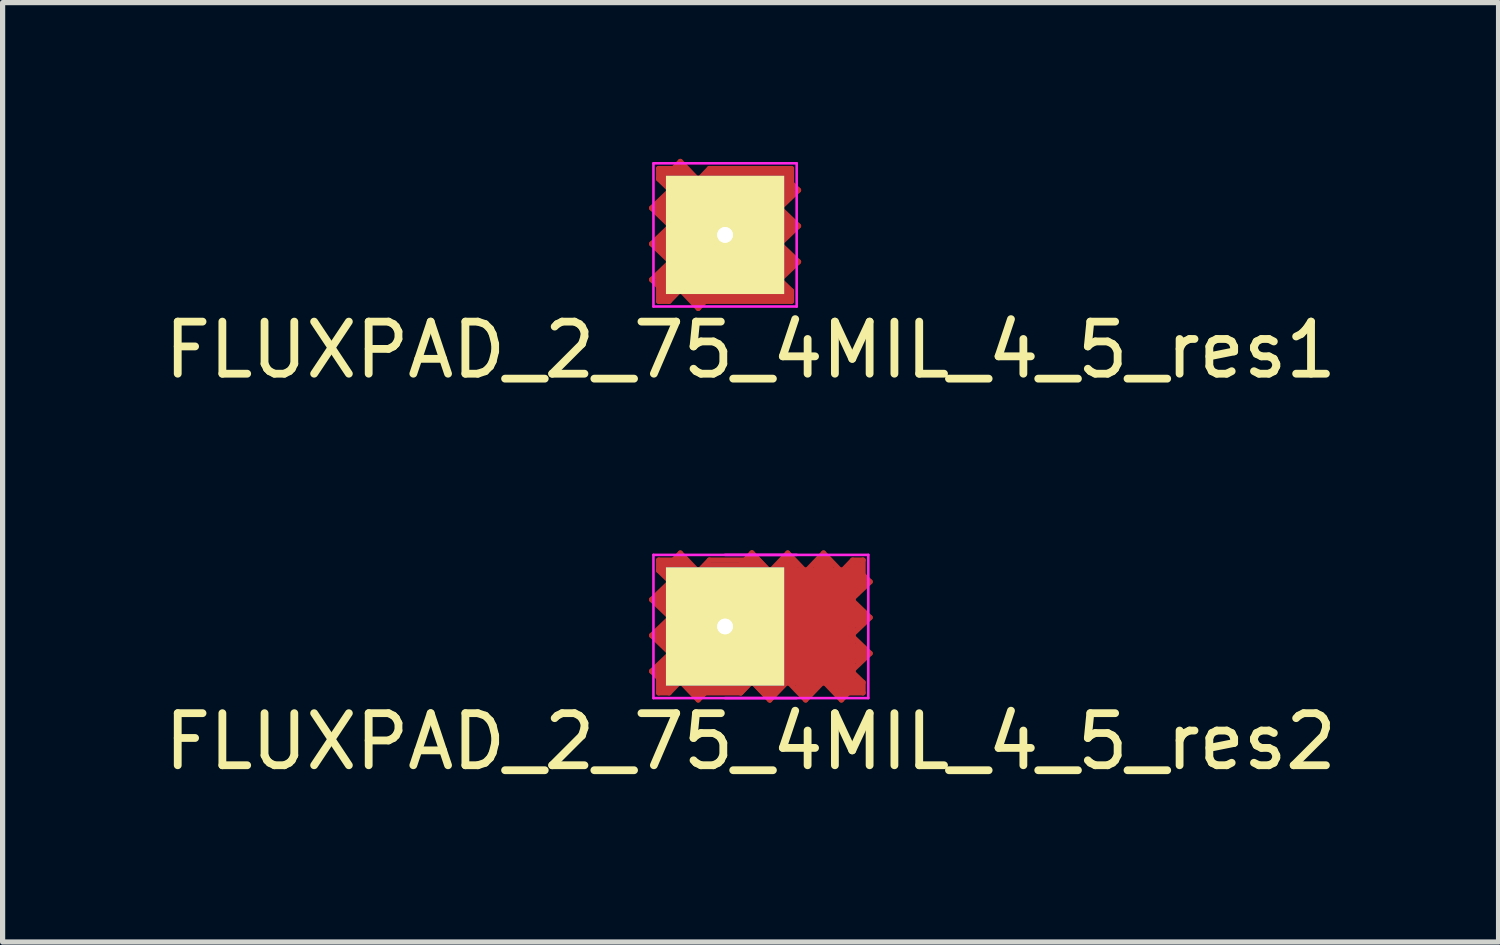
<source format=kicad_pcb>
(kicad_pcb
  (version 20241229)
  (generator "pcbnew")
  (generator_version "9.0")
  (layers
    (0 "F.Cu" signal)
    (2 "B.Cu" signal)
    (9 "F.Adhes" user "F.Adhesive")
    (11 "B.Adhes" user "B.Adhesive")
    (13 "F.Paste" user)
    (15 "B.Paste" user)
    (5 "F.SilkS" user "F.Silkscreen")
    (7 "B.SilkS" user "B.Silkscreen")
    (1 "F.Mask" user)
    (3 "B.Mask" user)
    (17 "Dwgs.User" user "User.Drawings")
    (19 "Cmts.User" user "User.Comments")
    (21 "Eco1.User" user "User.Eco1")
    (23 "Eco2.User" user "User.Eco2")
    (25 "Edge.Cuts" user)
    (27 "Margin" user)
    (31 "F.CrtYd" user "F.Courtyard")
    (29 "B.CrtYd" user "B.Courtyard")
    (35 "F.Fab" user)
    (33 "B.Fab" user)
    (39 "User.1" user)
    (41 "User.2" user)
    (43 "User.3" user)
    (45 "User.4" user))
  (footprint "FLUXPAD_2_75_4MIL_4_5_res1"
    (layer "F.Cu")
    (at 10.873 1.461)
    (property "Reference" "FLUXPAD_2_75_4MIL_4_5_res1" (at 0.49 2.21 0) (layer "F.SilkS") (effects (font (size 1 1) (thickness 0.15))))
    (attr through_hole)
    (fp_line (start -1.411 -0.516) (end -1.051 -0.859) (stroke (width 0.1) (type solid)) (layer "F.Cu"))
    (fp_line (start -1.411 0.172) (end -1.051 -0.172) (stroke (width 0.1) (type solid)) (layer "F.Cu"))
    (fp_line (start -1.411 0.859) (end -1.275 0.989) (stroke (width 0.1) (type solid)) (layer "F.Cu"))
    (fp_line (start -1.411 0.859) (end -1.051 0.516) (stroke (width 0.1) (type solid)) (layer "F.Cu"))
    (fp_line (start -1.3 -0.52) (end -1.17 -0.64) (stroke (width 0.15) (type solid)) (layer "F.Cu"))
    (fp_line (start -1.29 0.17) (end -1.16 0.05) (stroke (width 0.15) (type solid)) (layer "F.Cu"))
    (fp_line (start -1.275 -1.275) (end -1.275 -1.074) (stroke (width 0.1) (type solid)) (layer "F.Cu"))
    (fp_line (start -1.275 -1.074) (end -1.051 -0.859) (stroke (width 0.1) (type solid)) (layer "F.Cu"))
    (fp_line (start -1.275 0.989) (end -1.275 1.275) (stroke (width 0.1) (type solid)) (layer "F.Cu"))
    (fp_line (start -1.275 1.275) (end -1.074 1.275) (stroke (width 0.1) (type solid)) (layer "F.Cu"))
    (fp_line (start -1.18 1.17) (end -1.17 0.72) (stroke (width 0.15) (type solid)) (layer "F.Cu"))
    (fp_line (start -1.17 -1.18) (end -0.72 -1.17) (stroke (width 0.15) (type solid)) (layer "F.Cu"))
    (fp_line (start -1.17 -1.07) (end -1.17 -1.18) (stroke (width 0.15) (type solid)) (layer "F.Cu"))
    (fp_line (start -1.17 -0.64) (end -1.17 -0.39) (stroke (width 0.15) (type solid)) (layer "F.Cu"))
    (fp_line (start -1.17 -0.39) (end -1.3 -0.52) (stroke (width 0.15) (type solid)) (layer "F.Cu"))
    (fp_line (start -1.17 0.72) (end -1.27 0.88) (stroke (width 0.15) (type solid)) (layer "F.Cu"))
    (fp_line (start -1.16 0.05) (end -1.16 0.3) (stroke (width 0.15) (type solid)) (layer "F.Cu"))
    (fp_line (start -1.16 0.3) (end -1.29 0.17) (stroke (width 0.15) (type solid)) (layer "F.Cu"))
    (fp_line (start -1.074 1.275) (end -0.859 1.051) (stroke (width 0.1) (type solid)) (layer "F.Cu"))
    (fp_line (start -1.07 1.17) (end -1.18 1.17) (stroke (width 0.15) (type solid)) (layer "F.Cu"))
    (fp_line (start -1.051 -0.172) (end -1.411 -0.516) (stroke (width 0.1) (type solid)) (layer "F.Cu"))
    (fp_line (start -1.051 0.516) (end -1.411 0.172) (stroke (width 0.1) (type solid)) (layer "F.Cu"))
    (fp_line (start -0.989 -1.275) (end -1.275 -1.275) (stroke (width 0.1) (type solid)) (layer "F.Cu"))
    (fp_line (start -0.859 -1.411) (end -0.516 -1.051) (stroke (width 0.1) (type solid)) (layer "F.Cu"))
    (fp_line (start -0.859 -1.411) (end -0.989 -1.275) (stroke (width 0.1) (type solid)) (layer "F.Cu"))
    (fp_line (start -0.72 -1.17) (end -0.88 -1.27) (stroke (width 0.15) (type solid)) (layer "F.Cu"))
    (fp_line (start -0.64 1.17) (end -0.39 1.17) (stroke (width 0.15) (type solid)) (layer "F.Cu"))
    (fp_line (start -0.52 1.3) (end -0.64 1.17) (stroke (width 0.15) (type solid)) (layer "F.Cu"))
    (fp_line (start -0.516 -1.051) (end -0.302 -1.275) (stroke (width 0.1) (type solid)) (layer "F.Cu"))
    (fp_line (start -0.516 1.411) (end -0.859 1.051) (stroke (width 0.1) (type solid)) (layer "F.Cu"))
    (fp_line (start -0.39 1.17) (end -0.52 1.3) (stroke (width 0.15) (type solid)) (layer "F.Cu"))
    (fp_line (start -0.37 1.275) (end 1.275 1.275) (stroke (width 0.1) (type solid)) (layer "F.Cu"))
    (fp_line (start -0.3 1.18) (end 1.225 1.18) (stroke (width 0.1) (type solid)) (layer "F.Cu"))
    (fp_line (start -0.172 1.051) (end -0.516 1.411) (stroke (width 0.1) (type solid)) (layer "F.Cu"))
    (fp_line (start -0.05 -1.16) (end -0.3 -1.16) (stroke (width 0.15) (type solid)) (layer "F.Cu"))
    (fp_line (start 1.051 -0.516) (end 1.411 -0.172) (stroke (width 0.1) (type solid)) (layer "F.Cu"))
    (fp_line (start 1.051 0.172) (end 1.411 0.516) (stroke (width 0.1) (type solid)) (layer "F.Cu"))
    (fp_line (start 1.15 -1.18) (end -0.15 -1.18) (stroke (width 0.1) (type solid)) (layer "F.Cu"))
    (fp_line (start 1.16 -0.3) (end 1.29 -0.17) (stroke (width 0.15) (type solid)) (layer "F.Cu"))
    (fp_line (start 1.16 -0.05) (end 1.16 -0.3) (stroke (width 0.15) (type solid)) (layer "F.Cu"))
    (fp_line (start 1.17 -0.72) (end 1.27 -0.88) (stroke (width 0.15) (type solid)) (layer "F.Cu"))
    (fp_line (start 1.17 0.39) (end 1.3 0.52) (stroke (width 0.15) (type solid)) (layer "F.Cu"))
    (fp_line (start 1.17 0.64) (end 1.17 0.39) (stroke (width 0.15) (type solid)) (layer "F.Cu"))
    (fp_line (start 1.17 1.07) (end 1.17 1.18) (stroke (width 0.15) (type solid)) (layer "F.Cu"))
    (fp_line (start 1.18 -1.17) (end 1.17 -0.72) (stroke (width 0.15) (type solid)) (layer "F.Cu"))
    (fp_line (start 1.275 -1.275) (end -0.302 -1.275) (stroke (width 0.1) (type solid)) (layer "F.Cu"))
    (fp_line (start 1.275 -0.989) (end 1.275 -1.275) (stroke (width 0.1) (type solid)) (layer "F.Cu"))
    (fp_line (start 1.275 1.074) (end 1.051 0.859) (stroke (width 0.1) (type solid)) (layer "F.Cu"))
    (fp_line (start 1.275 1.275) (end 1.275 1.074) (stroke (width 0.1) (type solid)) (layer "F.Cu"))
    (fp_line (start 1.29 -0.17) (end 1.16 -0.05) (stroke (width 0.15) (type solid)) (layer "F.Cu"))
    (fp_line (start 1.3 0.52) (end 1.17 0.64) (stroke (width 0.15) (type solid)) (layer "F.Cu"))
    (fp_line (start 1.411 -0.859) (end 1.051 -0.516) (stroke (width 0.1) (type solid)) (layer "F.Cu"))
    (fp_line (start 1.411 -0.859) (end 1.275 -0.989) (stroke (width 0.1) (type solid)) (layer "F.Cu"))
    (fp_line (start 1.411 -0.172) (end 1.051 0.172) (stroke (width 0.1) (type solid)) (layer "F.Cu"))
    (fp_line (start 1.411 0.516) (end 1.051 0.859) (stroke (width 0.1) (type solid)) (layer "F.Cu"))
    (fp_line (start -1.375 -1.375) (end -1.375 1.375) (stroke (width 0.05) (type solid)) (layer "F.CrtYd"))
    (fp_line (start -1.375 -1.375) (end 1.375 -1.375) (stroke (width 0.05) (type solid)) (layer "F.CrtYd"))
    (fp_line (start -1.375 1.375) (end 1.375 1.375) (stroke (width 0.05) (type solid)) (layer "F.CrtYd"))
    (fp_line (start 1.375 -1.375) (end 1.375 1.375) (stroke (width 0.05) (type solid)) (layer "F.CrtYd"))
    (pad "1" thru_hole circle (at 0 0) (size 0.605 0.605) (drill 0.3) (layers "*.Cu" "*.Mask" "F.SilkS"))
    (pad "1" thru_hole rect (at 0 0) (size 2.27 2.27) (drill 0.3) (layers "F.Cu" "F.Mask" "F.SilkS")))
  (footprint "FLUXPAD_2_75_4MIL_4_5_res2"
    (layer "F.Cu")
    (at 10.873 8.98)
    (property "Reference" "FLUXPAD_2_75_4MIL_4_5_res2" (at 0.49 2.21 0) (layer "F.SilkS") (effects (font (size 1 1) (thickness 0.15))))
    (attr through_hole)
    (fp_line (start -1.411 -0.516) (end -1.051 -0.859) (stroke (width 0.1) (type solid)) (layer "F.Cu"))
    (fp_line (start -1.411 0.172) (end -1.051 -0.172) (stroke (width 0.1) (type solid)) (layer "F.Cu"))
    (fp_line (start -1.411 0.859) (end -1.275 0.989) (stroke (width 0.1) (type solid)) (layer "F.Cu"))
    (fp_line (start -1.411 0.859) (end -1.051 0.516) (stroke (width 0.1) (type solid)) (layer "F.Cu"))
    (fp_line (start -1.3 -0.52) (end -1.17 -0.64) (stroke (width 0.15) (type solid)) (layer "F.Cu"))
    (fp_line (start -1.29 0.17) (end -1.16 0.05) (stroke (width 0.15) (type solid)) (layer "F.Cu"))
    (fp_line (start -1.275 -1.275) (end -1.275 -1.074) (stroke (width 0.1) (type solid)) (layer "F.Cu"))
    (fp_line (start -1.275 -1.074) (end -1.051 -0.859) (stroke (width 0.1) (type solid)) (layer "F.Cu"))
    (fp_line (start -1.275 0.989) (end -1.275 1.275) (stroke (width 0.1) (type solid)) (layer "F.Cu"))
    (fp_line (start -1.275 1.275) (end -1.074 1.275) (stroke (width 0.1) (type solid)) (layer "F.Cu"))
    (fp_line (start -1.18 1.17) (end -1.17 0.72) (stroke (width 0.15) (type solid)) (layer "F.Cu"))
    (fp_line (start -1.17 -1.18) (end -0.72 -1.17) (stroke (width 0.15) (type solid)) (layer "F.Cu"))
    (fp_line (start -1.17 -1.07) (end -1.17 -1.18) (stroke (width 0.15) (type solid)) (layer "F.Cu"))
    (fp_line (start -1.17 -0.64) (end -1.17 -0.39) (stroke (width 0.15) (type solid)) (layer "F.Cu"))
    (fp_line (start -1.17 -0.39) (end -1.3 -0.52) (stroke (width 0.15) (type solid)) (layer "F.Cu"))
    (fp_line (start -1.17 0.72) (end -1.27 0.88) (stroke (width 0.15) (type solid)) (layer "F.Cu"))
    (fp_line (start -1.16 0.05) (end -1.16 0.3) (stroke (width 0.15) (type solid)) (layer "F.Cu"))
    (fp_line (start -1.16 0.3) (end -1.29 0.17) (stroke (width 0.15) (type solid)) (layer "F.Cu"))
    (fp_line (start -1.074 1.275) (end -0.859 1.051) (stroke (width 0.1) (type solid)) (layer "F.Cu"))
    (fp_line (start -1.07 1.17) (end -1.18 1.17) (stroke (width 0.15) (type solid)) (layer "F.Cu"))
    (fp_line (start -1.051 -0.172) (end -1.411 -0.516) (stroke (width 0.1) (type solid)) (layer "F.Cu"))
    (fp_line (start -1.051 0.516) (end -1.411 0.172) (stroke (width 0.1) (type solid)) (layer "F.Cu"))
    (fp_line (start -0.989 -1.275) (end -1.275 -1.275) (stroke (width 0.1) (type solid)) (layer "F.Cu"))
    (fp_line (start -0.859 -1.411) (end -0.516 -1.051) (stroke (width 0.1) (type solid)) (layer "F.Cu"))
    (fp_line (start -0.859 -1.411) (end -0.989 -1.275) (stroke (width 0.1) (type solid)) (layer "F.Cu"))
    (fp_line (start -0.72 -1.17) (end -0.88 -1.27) (stroke (width 0.15) (type solid)) (layer "F.Cu"))
    (fp_line (start -0.64 1.17) (end -0.39 1.17) (stroke (width 0.15) (type solid)) (layer "F.Cu"))
    (fp_line (start -0.52 1.3) (end -0.64 1.17) (stroke (width 0.15) (type solid)) (layer "F.Cu"))
    (fp_line (start -0.516 -1.051) (end -0.302 -1.275) (stroke (width 0.1) (type solid)) (layer "F.Cu"))
    (fp_line (start -0.516 1.411) (end -0.859 1.051) (stroke (width 0.1) (type solid)) (layer "F.Cu"))
    (fp_line (start -0.39 1.17) (end -0.52 1.3) (stroke (width 0.15) (type solid)) (layer "F.Cu"))
    (fp_line (start -0.367 1.275) (end 0.302 1.275) (stroke (width 0.1) (type solid)) (layer "F.Cu"))
    (fp_line (start -0.172 1.051) (end -0.516 1.411) (stroke (width 0.1) (type solid)) (layer "F.Cu"))
    (fp_line (start 0.172 -1.051) (end 0.516 -1.411) (stroke (width 0.1) (type solid)) (layer "F.Cu"))
    (fp_line (start 0.3 -1.16) (end -0.3 -1.16) (stroke (width 0.15) (type solid)) (layer "F.Cu"))
    (fp_line (start 0.301 1.275) (end 0.516 1.051) (stroke (width 0.1) (type solid)) (layer "F.Cu"))
    (fp_line (start 0.305 1.17) (end -0.3 1.17) (stroke (width 0.15) (type solid)) (layer "F.Cu"))
    (fp_line (start 0.367 -1.275) (end -0.302 -1.275) (stroke (width 0.1) (type solid)) (layer "F.Cu"))
    (fp_line (start 0.39 -1.17) (end 0.52 -1.3) (stroke (width 0.15) (type solid)) (layer "F.Cu"))
    (fp_line (start 0.516 -1.411) (end 0.859 -1.051) (stroke (width 0.1) (type solid)) (layer "F.Cu"))
    (fp_line (start 0.516 -1.411) (end 0.859 -1.051) (stroke (width 0.1) (type solid)) (layer "F.Cu"))
    (fp_line (start 0.516 1.051) (end 0.302 1.275) (stroke (width 0.1) (type solid)) (layer "F.Cu"))
    (fp_line (start 0.516 -1.411) (end 0.386 -1.275) (stroke (width 0.1) (type solid)) (layer "F.Cu"))
    (fp_line (start 0.52 -1.3) (end 0.64 -1.17) (stroke (width 0.15) (type solid)) (layer "F.Cu"))
    (fp_line (start 0.64 -1.17) (end 0.39 -1.17) (stroke (width 0.15) (type solid)) (layer "F.Cu"))
    (fp_line (start 0.655 -1.17) (end 0.495 -1.27) (stroke (width 0.15) (type solid)) (layer "F.Cu"))
    (fp_line (start 0.72 1.17) (end 0.88 1.27) (stroke (width 0.15) (type solid)) (layer "F.Cu"))
    (fp_line (start 0.735 1.17) (end 0.985 1.17) (stroke (width 0.15) (type solid)) (layer "F.Cu"))
    (fp_line (start 0.855 1.3) (end 0.735 1.17) (stroke (width 0.15) (type solid)) (layer "F.Cu"))
    (fp_line (start 0.859 -1.051) (end 1.203 -1.411) (stroke (width 0.1) (type solid)) (layer "F.Cu"))
    (fp_line (start 0.859 1.411) (end 0.516 1.051) (stroke (width 0.1) (type solid)) (layer "F.Cu"))
    (fp_line (start 0.859 1.411) (end 0.516 1.051) (stroke (width 0.1) (type solid)) (layer "F.Cu"))
    (fp_line (start 0.985 1.17) (end 0.855 1.3) (stroke (width 0.15) (type solid)) (layer "F.Cu"))
    (fp_line (start 1.075 -1.16) (end 1.205 -1.29) (stroke (width 0.15) (type solid)) (layer "F.Cu"))
    (fp_line (start 1.203 -1.411) (end 1.547 -1.051) (stroke (width 0.1) (type solid)) (layer "F.Cu"))
    (fp_line (start 1.203 1.051) (end 0.859 1.411) (stroke (width 0.1) (type solid)) (layer "F.Cu"))
    (fp_line (start 1.205 -1.29) (end 1.325 -1.16) (stroke (width 0.15) (type solid)) (layer "F.Cu"))
    (fp_line (start 1.325 -1.16) (end 1.075 -1.16) (stroke (width 0.15) (type solid)) (layer "F.Cu"))
    (fp_line (start 1.425 1.16) (end 1.675 1.16) (stroke (width 0.15) (type solid)) (layer "F.Cu"))
    (fp_line (start 1.545 1.29) (end 1.425 1.16) (stroke (width 0.15) (type solid)) (layer "F.Cu"))
    (fp_line (start 1.547 -1.051) (end 1.891 -1.411) (stroke (width 0.1) (type solid)) (layer "F.Cu"))
    (fp_line (start 1.547 1.411) (end 1.203 1.051) (stroke (width 0.1) (type solid)) (layer "F.Cu"))
    (fp_line (start 1.675 1.16) (end 1.545 1.29) (stroke (width 0.15) (type solid)) (layer "F.Cu"))
    (fp_line (start 1.765 -1.17) (end 1.895 -1.3) (stroke (width 0.15) (type solid)) (layer "F.Cu"))
    (fp_line (start 1.891 -1.411) (end 2.234 -1.051) (stroke (width 0.1) (type solid)) (layer "F.Cu"))
    (fp_line (start 1.891 1.051) (end 1.547 1.411) (stroke (width 0.1) (type solid)) (layer "F.Cu"))
    (fp_line (start 1.895 -1.3) (end 2.015 -1.17) (stroke (width 0.15) (type solid)) (layer "F.Cu"))
    (fp_line (start 2.015 -1.17) (end 1.765 -1.17) (stroke (width 0.15) (type solid)) (layer "F.Cu"))
    (fp_line (start 2.095 1.17) (end 2.255 1.27) (stroke (width 0.15) (type solid)) (layer "F.Cu"))
    (fp_line (start 2.234 1.411) (end 2.364 1.275) (stroke (width 0.1) (type solid)) (layer "F.Cu"))
    (fp_line (start 2.234 1.411) (end 1.891 1.051) (stroke (width 0.1) (type solid)) (layer "F.Cu"))
    (fp_line (start 2.364 1.275) (end 2.65 1.275) (stroke (width 0.1) (type solid)) (layer "F.Cu"))
    (fp_line (start 2.426 -0.516) (end 2.786 -0.172) (stroke (width 0.1) (type solid)) (layer "F.Cu"))
    (fp_line (start 2.426 0.172) (end 2.786 0.516) (stroke (width 0.1) (type solid)) (layer "F.Cu"))
    (fp_line (start 2.445 -1.17) (end 2.555 -1.17) (stroke (width 0.15) (type solid)) (layer "F.Cu"))
    (fp_line (start 2.449 -1.275) (end 2.234 -1.051) (stroke (width 0.1) (type solid)) (layer "F.Cu"))
    (fp_line (start 2.535 -0.3) (end 2.665 -0.17) (stroke (width 0.15) (type solid)) (layer "F.Cu"))
    (fp_line (start 2.535 -0.05) (end 2.535 -0.3) (stroke (width 0.15) (type solid)) (layer "F.Cu"))
    (fp_line (start 2.545 -0.72) (end 2.645 -0.88) (stroke (width 0.15) (type solid)) (layer "F.Cu"))
    (fp_line (start 2.545 0.39) (end 2.675 0.52) (stroke (width 0.15) (type solid)) (layer "F.Cu"))
    (fp_line (start 2.545 0.64) (end 2.545 0.39) (stroke (width 0.15) (type solid)) (layer "F.Cu"))
    (fp_line (start 2.545 1.07) (end 2.545 1.18) (stroke (width 0.15) (type solid)) (layer "F.Cu"))
    (fp_line (start 2.545 1.18) (end 2.095 1.17) (stroke (width 0.15) (type solid)) (layer "F.Cu"))
    (fp_line (start 2.555 -1.17) (end 2.545 -0.72) (stroke (width 0.15) (type solid)) (layer "F.Cu"))
    (fp_line (start 2.65 -1.275) (end 2.449 -1.275) (stroke (width 0.1) (type solid)) (layer "F.Cu"))
    (fp_line (start 2.65 -0.989) (end 2.65 -1.275) (stroke (width 0.1) (type solid)) (layer "F.Cu"))
    (fp_line (start 2.65 1.074) (end 2.426 0.859) (stroke (width 0.1) (type solid)) (layer "F.Cu"))
    (fp_line (start 2.65 1.275) (end 2.65 1.074) (stroke (width 0.1) (type solid)) (layer "F.Cu"))
    (fp_line (start 2.665 -0.17) (end 2.535 -0.05) (stroke (width 0.15) (type solid)) (layer "F.Cu"))
    (fp_line (start 2.675 0.52) (end 2.545 0.64) (stroke (width 0.15) (type solid)) (layer "F.Cu"))
    (fp_line (start 2.786 -0.859) (end 2.426 -0.516) (stroke (width 0.1) (type solid)) (layer "F.Cu"))
    (fp_line (start 2.786 -0.859) (end 2.65 -0.989) (stroke (width 0.1) (type solid)) (layer "F.Cu"))
    (fp_line (start 2.786 -0.172) (end 2.426 0.172) (stroke (width 0.1) (type solid)) (layer "F.Cu"))
    (fp_line (start 2.786 0.516) (end 2.426 0.859) (stroke (width 0.1) (type solid)) (layer "F.Cu"))
    (fp_line (start -1.375 -1.375) (end -1.375 1.375) (stroke (width 0.05) (type solid)) (layer "F.CrtYd"))
    (fp_line (start -1.375 -1.375) (end 1.375 -1.375) (stroke (width 0.05) (type solid)) (layer "F.CrtYd"))
    (fp_line (start -1.375 1.375) (end 1.375 1.375) (stroke (width 0.05) (type solid)) (layer "F.CrtYd"))
    (fp_line (start 0 -1.375) (end 2.75 -1.375) (stroke (width 0.05) (type solid)) (layer "F.CrtYd"))
    (fp_line (start 0 1.375) (end 2.75 1.375) (stroke (width 0.05) (type solid)) (layer "F.CrtYd"))
    (fp_line (start 2.75 -1.375) (end 2.75 1.375) (stroke (width 0.05) (type solid)) (layer "F.CrtYd"))
    (pad "" smd rect (at 1.76 0) (size 1.5 2.27) (layers "F.Cu" "F.Mask"))
    (pad "1" thru_hole circle (at 0 0) (size 0.605 0.605) (drill 0.3) (layers "*.Cu" "*.Mask" "F.SilkS"))
    (pad "1" thru_hole rect (at 0 0) (size 2.27 2.27) (drill 0.3) (layers "F.Cu" "F.Mask" "F.SilkS")))
  (gr_rect
    (start -3 -3)
    (end 25.726 15.039)
    (stroke (width 0.1) (type default))
    (fill no)
    (layer "Edge.Cuts")))
</source>
